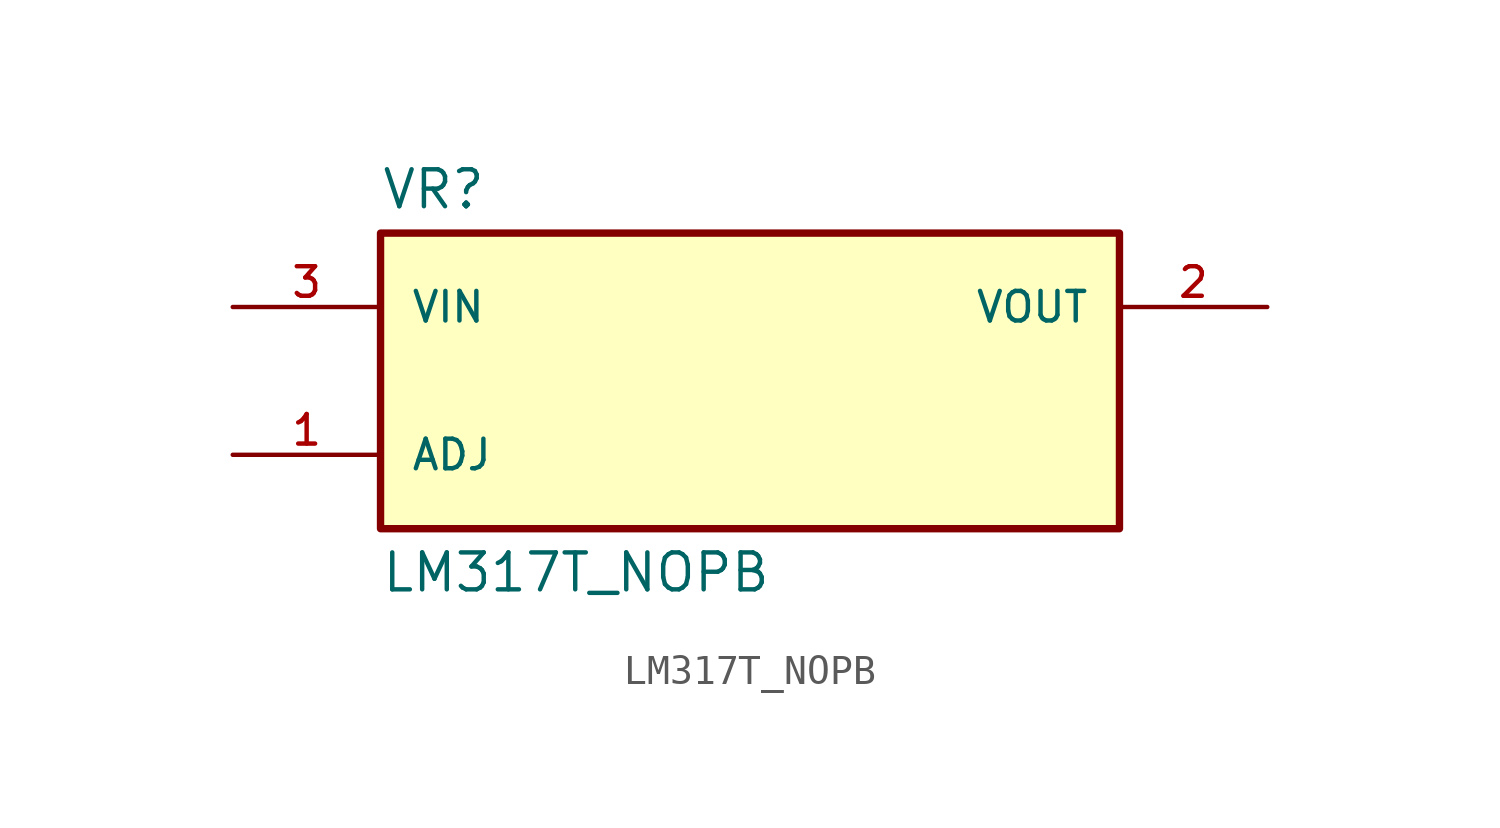
<source format=kicad_sym>
(kicad_symbol_lib
  (version 20211014)
  (generator kicad_symbol_editor)
  (symbol "LM317T_NOPB"
    (pin_names
      (offset 1.016))
    (property "Reference" "VR"
      (at -12.7 5.842 0)
      (effects (font (size 1.27 1.27)) (justify bottom left)))
    (property "Value" "LM317T_NOPB"
      (at -12.7 -5.842 0)
      (effects (font (size 1.27 1.27)) (justify top left)))
    (symbol "LM317T_NOPB_0_0"
      (rectangle (start -12.7 -5.08) (end 12.7 5.08) (stroke (width 0.254)) (fill (type background)))
      (pin input line (at -17.78 2.54 0) (length 5.08) (name "VIN" (effects (font (size 1.016 1.016)))) (number "3" (effects (font (size 1.016 1.016)))))
      (pin output line (at 17.78 2.54 180.0) (length 5.08) (name "VOUT" (effects (font (size 1.016 1.016)))) (number "2" (effects (font (size 1.016 1.016)))))
      (pin passive line (at -17.78 -2.54 0) (length 5.08) (name "ADJ" (effects (font (size 1.016 1.016)))) (number "1" (effects (font (size 1.016 1.016))))))))
</source>
